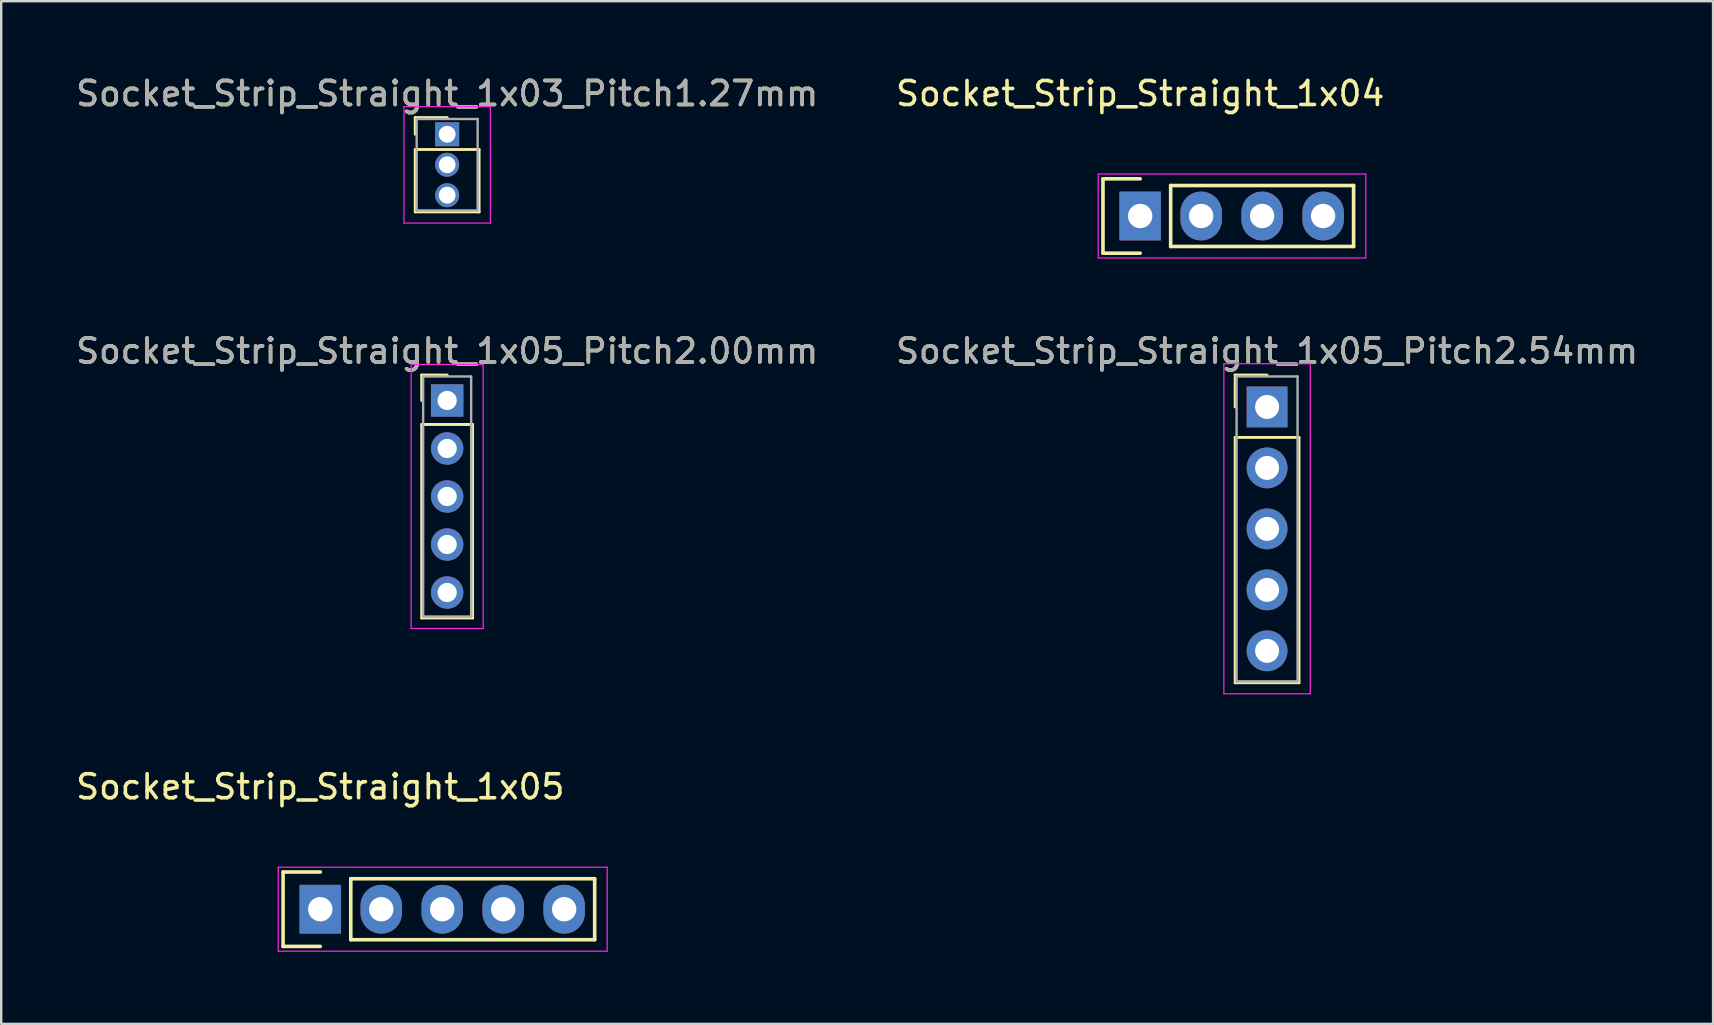
<source format=kicad_pcb>
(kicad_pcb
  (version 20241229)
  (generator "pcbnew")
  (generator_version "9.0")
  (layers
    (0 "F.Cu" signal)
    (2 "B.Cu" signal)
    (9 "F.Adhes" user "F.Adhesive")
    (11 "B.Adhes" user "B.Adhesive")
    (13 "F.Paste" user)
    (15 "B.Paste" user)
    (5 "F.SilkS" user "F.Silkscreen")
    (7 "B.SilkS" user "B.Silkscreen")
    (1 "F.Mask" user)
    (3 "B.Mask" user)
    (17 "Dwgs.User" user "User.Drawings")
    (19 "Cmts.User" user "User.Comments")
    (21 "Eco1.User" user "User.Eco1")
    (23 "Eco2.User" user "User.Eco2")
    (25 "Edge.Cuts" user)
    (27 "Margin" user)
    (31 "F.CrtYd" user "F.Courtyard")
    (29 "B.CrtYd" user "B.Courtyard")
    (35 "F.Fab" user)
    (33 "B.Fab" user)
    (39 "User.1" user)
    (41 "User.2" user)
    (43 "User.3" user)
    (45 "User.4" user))
  (footprint "Socket_Strip_Straight_1x05_Pitch2.00mm"
    (layer "F.Cu")
    (at 15.577 13.632)
    (property "Reference" "Socket_Strip_Straight_1x05_Pitch2.00mm" (at 0 -2.06 0) (layer "F.SilkS") (effects (font (size 1 1) (thickness 0.15))))
    (attr through_hole)
    (fp_line (start -1.06 -1.06) (end 0 -1.06) (stroke (width 0.12) (type solid)) (layer "F.SilkS"))
    (fp_line (start -1.06 0) (end -1.06 -1.06) (stroke (width 0.12) (type solid)) (layer "F.SilkS"))
    (fp_line (start -1.06 1) (end -1.06 9.06) (stroke (width 0.12) (type solid)) (layer "F.SilkS"))
    (fp_line (start -1.06 9.06) (end 1.06 9.06) (stroke (width 0.12) (type solid)) (layer "F.SilkS"))
    (fp_line (start 1.06 1) (end -1.06 1) (stroke (width 0.12) (type solid)) (layer "F.SilkS"))
    (fp_line (start 1.06 9.06) (end 1.06 1) (stroke (width 0.12) (type solid)) (layer "F.SilkS"))
    (fp_line (start -1.5 -1.5) (end -1.5 9.5) (stroke (width 0.05) (type solid)) (layer "F.CrtYd"))
    (fp_line (start -1.5 9.5) (end 1.5 9.5) (stroke (width 0.05) (type solid)) (layer "F.CrtYd"))
    (fp_line (start 1.5 -1.5) (end -1.5 -1.5) (stroke (width 0.05) (type solid)) (layer "F.CrtYd"))
    (fp_line (start 1.5 9.5) (end 1.5 -1.5) (stroke (width 0.05) (type solid)) (layer "F.CrtYd"))
    (fp_line (start -1 -1) (end -1 9) (stroke (width 0.1) (type solid)) (layer "F.Fab"))
    (fp_line (start -1 9) (end 1 9) (stroke (width 0.1) (type solid)) (layer "F.Fab"))
    (fp_line (start 1 -1) (end -1 -1) (stroke (width 0.1) (type solid)) (layer "F.Fab"))
    (fp_line (start 1 9) (end 1 -1) (stroke (width 0.1) (type solid)) (layer "F.Fab"))
    (fp_text user "${REFERENCE}" (at 0 -2.06 0) (layer "F.Fab") (effects (font (size 1 1) (thickness 0.15))))
    (pad "1" thru_hole rect (at 0 0) (size 1.35 1.35) (drill 0.8) (layers "*.Cu" "*.Mask"))
    (pad "2" thru_hole oval (at 0 2) (size 1.35 1.35) (drill 0.8) (layers "*.Cu" "*.Mask"))
    (pad "3" thru_hole oval (at 0 4) (size 1.35 1.35) (drill 0.8) (layers "*.Cu" "*.Mask"))
    (pad "4" thru_hole oval (at 0 6) (size 1.35 1.35) (drill 0.8) (layers "*.Cu" "*.Mask"))
    (pad "5" thru_hole oval (at 0 8) (size 1.35 1.35) (drill 0.8) (layers "*.Cu" "*.Mask")))
  (footprint "Socket_Strip_Straight_1x03_Pitch1.27mm"
    (layer "F.Cu")
    (at 15.577 2.543)
    (property "Reference" "Socket_Strip_Straight_1x03_Pitch1.27mm" (at 0 -1.695 0) (layer "F.SilkS") (effects (font (size 1 1) (thickness 0.15))))
    (attr through_hole)
    (fp_line (start -1.33 -0.695) (end 0 -0.695) (stroke (width 0.12) (type solid)) (layer "F.SilkS"))
    (fp_line (start -1.33 0) (end -1.33 -0.695) (stroke (width 0.12) (type solid)) (layer "F.SilkS"))
    (fp_line (start -1.33 0.635) (end -1.33 3.235) (stroke (width 0.12) (type solid)) (layer "F.SilkS"))
    (fp_line (start -1.33 3.235) (end 1.33 3.235) (stroke (width 0.12) (type solid)) (layer "F.SilkS"))
    (fp_line (start 1.33 0.635) (end -1.33 0.635) (stroke (width 0.12) (type solid)) (layer "F.SilkS"))
    (fp_line (start 1.33 3.235) (end 1.33 0.635) (stroke (width 0.12) (type solid)) (layer "F.SilkS"))
    (fp_line (start -1.8 -1.15) (end -1.8 3.7) (stroke (width 0.05) (type solid)) (layer "F.CrtYd"))
    (fp_line (start -1.8 3.7) (end 1.8 3.7) (stroke (width 0.05) (type solid)) (layer "F.CrtYd"))
    (fp_line (start 1.8 -1.15) (end -1.8 -1.15) (stroke (width 0.05) (type solid)) (layer "F.CrtYd"))
    (fp_line (start 1.8 3.7) (end 1.8 -1.15) (stroke (width 0.05) (type solid)) (layer "F.CrtYd"))
    (fp_line (start -1.27 -0.635) (end -1.27 3.175) (stroke (width 0.1) (type solid)) (layer "F.Fab"))
    (fp_line (start -1.27 3.175) (end 1.27 3.175) (stroke (width 0.1) (type solid)) (layer "F.Fab"))
    (fp_line (start 1.27 -0.635) (end -1.27 -0.635) (stroke (width 0.1) (type solid)) (layer "F.Fab"))
    (fp_line (start 1.27 3.175) (end 1.27 -0.635) (stroke (width 0.1) (type solid)) (layer "F.Fab"))
    (fp_text user "${REFERENCE}" (at 0 -1.695 0) (layer "F.Fab") (effects (font (size 1 1) (thickness 0.15))))
    (pad "1" thru_hole rect (at 0 0) (size 1 1) (drill 0.7) (layers "*.Cu" "*.Mask"))
    (pad "2" thru_hole oval (at 0 1.27) (size 1 1) (drill 0.7) (layers "*.Cu" "*.Mask"))
    (pad "3" thru_hole oval (at 0 2.54) (size 1 1) (drill 0.7) (layers "*.Cu" "*.Mask")))
  (footprint "Socket_Strip_Straight_1x04"
    (layer "F.Cu")
    (at 44.446 5.948)
    (property "Reference" "Socket_Strip_Straight_1x04" (at 0 -5.1 0) (layer "F.SilkS") (effects (font (size 1 1) (thickness 0.15))))
    (attr through_hole)
    (fp_line (start -1.55 -1.55) (end -1.55 1.55) (stroke (width 0.15) (type solid)) (layer "F.SilkS"))
    (fp_line (start -1.55 1.55) (end 0 1.55) (stroke (width 0.15) (type solid)) (layer "F.SilkS"))
    (fp_line (start 0 -1.55) (end -1.55 -1.55) (stroke (width 0.15) (type solid)) (layer "F.SilkS"))
    (fp_line (start 1.27 -1.27) (end 8.89 -1.27) (stroke (width 0.15) (type solid)) (layer "F.SilkS"))
    (fp_line (start 1.27 1.27) (end 1.27 -1.27) (stroke (width 0.15) (type solid)) (layer "F.SilkS"))
    (fp_line (start 1.27 1.27) (end 8.89 1.27) (stroke (width 0.15) (type solid)) (layer "F.SilkS"))
    (fp_line (start 8.89 -1.27) (end 8.89 1.27) (stroke (width 0.15) (type solid)) (layer "F.SilkS"))
    (fp_line (start -1.75 -1.75) (end -1.75 1.75) (stroke (width 0.05) (type solid)) (layer "F.CrtYd"))
    (fp_line (start -1.75 -1.75) (end 9.4 -1.75) (stroke (width 0.05) (type solid)) (layer "F.CrtYd"))
    (fp_line (start -1.75 1.75) (end 9.4 1.75) (stroke (width 0.05) (type solid)) (layer "F.CrtYd"))
    (fp_line (start 9.4 -1.75) (end 9.4 1.75) (stroke (width 0.05) (type solid)) (layer "F.CrtYd"))
    (pad "1" thru_hole rect (at 0 0) (size 1.727 2.032) (drill 1.016) (layers "*.Cu" "*.Mask"))
    (pad "2" thru_hole oval (at 2.54 0) (size 1.727 2.032) (drill 1.016) (layers "*.Cu" "*.Mask"))
    (pad "3" thru_hole oval (at 5.08 0) (size 1.727 2.032) (drill 1.016) (layers "*.Cu" "*.Mask"))
    (pad "4" thru_hole oval (at 7.62 0) (size 1.727 2.032) (drill 1.016) (layers "*.Cu" "*.Mask")))
  (footprint "Socket_Strip_Straight_1x05"
    (layer "F.Cu")
    (at 10.292 34.825)
    (property "Reference" "Socket_Strip_Straight_1x05" (at 0 -5.1 0) (layer "F.SilkS") (effects (font (size 1 1) (thickness 0.15))))
    (attr through_hole)
    (fp_line (start -1.55 -1.55) (end -1.55 1.55) (stroke (width 0.15) (type solid)) (layer "F.SilkS"))
    (fp_line (start -1.55 1.55) (end 0 1.55) (stroke (width 0.15) (type solid)) (layer "F.SilkS"))
    (fp_line (start 0 -1.55) (end -1.55 -1.55) (stroke (width 0.15) (type solid)) (layer "F.SilkS"))
    (fp_line (start 1.27 1.27) (end 1.27 -1.27) (stroke (width 0.15) (type solid)) (layer "F.SilkS"))
    (fp_line (start 1.27 1.27) (end 11.43 1.27) (stroke (width 0.15) (type solid)) (layer "F.SilkS"))
    (fp_line (start 11.43 -1.27) (end 1.27 -1.27) (stroke (width 0.15) (type solid)) (layer "F.SilkS"))
    (fp_line (start 11.43 1.27) (end 11.43 -1.27) (stroke (width 0.15) (type solid)) (layer "F.SilkS"))
    (fp_line (start -1.75 -1.75) (end -1.75 1.75) (stroke (width 0.05) (type solid)) (layer "F.CrtYd"))
    (fp_line (start -1.75 -1.75) (end 11.95 -1.75) (stroke (width 0.05) (type solid)) (layer "F.CrtYd"))
    (fp_line (start -1.75 1.75) (end 11.95 1.75) (stroke (width 0.05) (type solid)) (layer "F.CrtYd"))
    (fp_line (start 11.95 -1.75) (end 11.95 1.75) (stroke (width 0.05) (type solid)) (layer "F.CrtYd"))
    (pad "1" thru_hole rect (at 0 0) (size 1.727 2.032) (drill 1.016) (layers "*.Cu" "*.Mask"))
    (pad "2" thru_hole oval (at 2.54 0) (size 1.727 2.032) (drill 1.016) (layers "*.Cu" "*.Mask"))
    (pad "3" thru_hole oval (at 5.08 0) (size 1.727 2.032) (drill 1.016) (layers "*.Cu" "*.Mask"))
    (pad "4" thru_hole oval (at 7.62 0) (size 1.727 2.032) (drill 1.016) (layers "*.Cu" "*.Mask"))
    (pad "5" thru_hole oval (at 10.16 0) (size 1.727 2.032) (drill 1.016) (layers "*.Cu" "*.Mask")))
  (footprint "Socket_Strip_Straight_1x05_Pitch2.54mm"
    (layer "F.Cu")
    (at 49.732 13.902)
    (property "Reference" "Socket_Strip_Straight_1x05_Pitch2.54mm" (at 0 -2.33 0) (layer "F.SilkS") (effects (font (size 1 1) (thickness 0.15))))
    (attr through_hole)
    (fp_line (start -1.33 -1.33) (end 0 -1.33) (stroke (width 0.12) (type solid)) (layer "F.SilkS"))
    (fp_line (start -1.33 0) (end -1.33 -1.33) (stroke (width 0.12) (type solid)) (layer "F.SilkS"))
    (fp_line (start -1.33 1.27) (end -1.33 11.49) (stroke (width 0.12) (type solid)) (layer "F.SilkS"))
    (fp_line (start -1.33 11.49) (end 1.33 11.49) (stroke (width 0.12) (type solid)) (layer "F.SilkS"))
    (fp_line (start 1.33 1.27) (end -1.33 1.27) (stroke (width 0.12) (type solid)) (layer "F.SilkS"))
    (fp_line (start 1.33 11.49) (end 1.33 1.27) (stroke (width 0.12) (type solid)) (layer "F.SilkS"))
    (fp_line (start -1.8 -1.8) (end -1.8 11.95) (stroke (width 0.05) (type solid)) (layer "F.CrtYd"))
    (fp_line (start -1.8 11.95) (end 1.8 11.95) (stroke (width 0.05) (type solid)) (layer "F.CrtYd"))
    (fp_line (start 1.8 -1.8) (end -1.8 -1.8) (stroke (width 0.05) (type solid)) (layer "F.CrtYd"))
    (fp_line (start 1.8 11.95) (end 1.8 -1.8) (stroke (width 0.05) (type solid)) (layer "F.CrtYd"))
    (fp_line (start -1.27 -1.27) (end -1.27 11.43) (stroke (width 0.1) (type solid)) (layer "F.Fab"))
    (fp_line (start -1.27 11.43) (end 1.27 11.43) (stroke (width 0.1) (type solid)) (layer "F.Fab"))
    (fp_line (start 1.27 -1.27) (end -1.27 -1.27) (stroke (width 0.1) (type solid)) (layer "F.Fab"))
    (fp_line (start 1.27 11.43) (end 1.27 -1.27) (stroke (width 0.1) (type solid)) (layer "F.Fab"))
    (fp_text user "${REFERENCE}" (at 0 -2.33 0) (layer "F.Fab") (effects (font (size 1 1) (thickness 0.15))))
    (pad "1" thru_hole rect (at 0 0) (size 1.7 1.7) (drill 1) (layers "*.Cu" "*.Mask"))
    (pad "2" thru_hole oval (at 0 2.54) (size 1.7 1.7) (drill 1) (layers "*.Cu" "*.Mask"))
    (pad "3" thru_hole oval (at 0 5.08) (size 1.7 1.7) (drill 1) (layers "*.Cu" "*.Mask"))
    (pad "4" thru_hole oval (at 0 7.62) (size 1.7 1.7) (drill 1) (layers "*.Cu" "*.Mask"))
    (pad "5" thru_hole oval (at 0 10.16) (size 1.7 1.7) (drill 1) (layers "*.Cu" "*.Mask")))
  (gr_rect
    (start -3 -3)
    (end 68.31 39.6)
    (stroke (width 0.1) (type default))
    (fill no)
    (layer "Edge.Cuts")))
</source>
